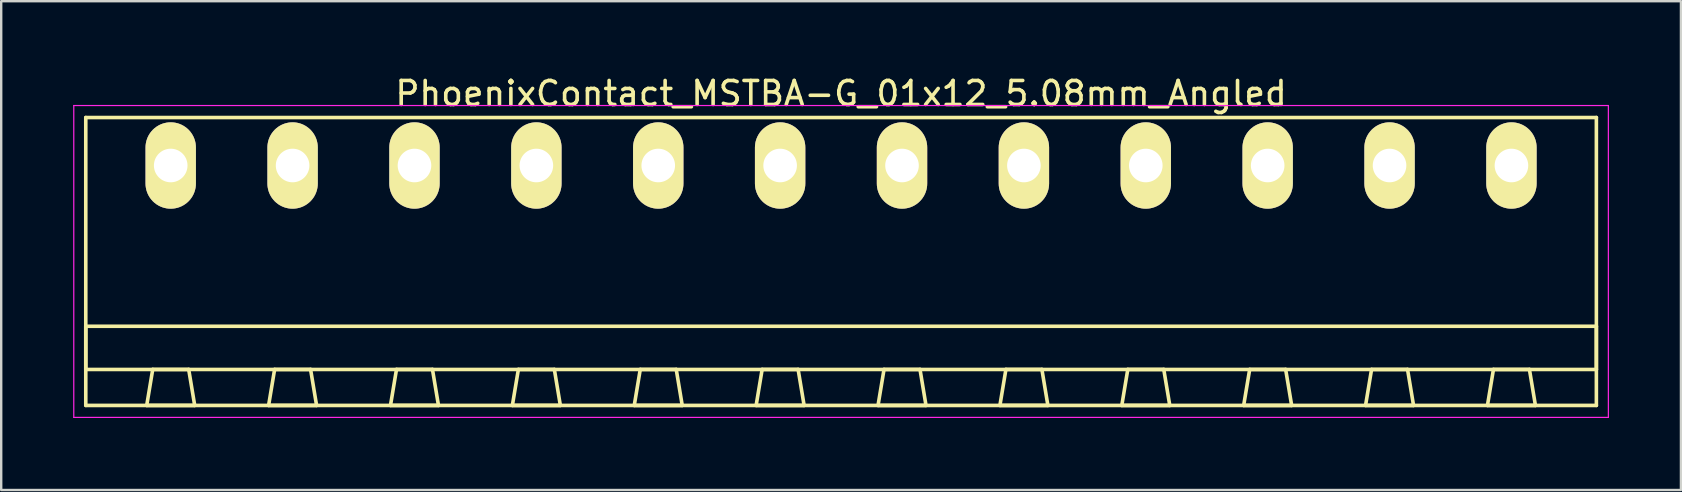
<source format=kicad_pcb>
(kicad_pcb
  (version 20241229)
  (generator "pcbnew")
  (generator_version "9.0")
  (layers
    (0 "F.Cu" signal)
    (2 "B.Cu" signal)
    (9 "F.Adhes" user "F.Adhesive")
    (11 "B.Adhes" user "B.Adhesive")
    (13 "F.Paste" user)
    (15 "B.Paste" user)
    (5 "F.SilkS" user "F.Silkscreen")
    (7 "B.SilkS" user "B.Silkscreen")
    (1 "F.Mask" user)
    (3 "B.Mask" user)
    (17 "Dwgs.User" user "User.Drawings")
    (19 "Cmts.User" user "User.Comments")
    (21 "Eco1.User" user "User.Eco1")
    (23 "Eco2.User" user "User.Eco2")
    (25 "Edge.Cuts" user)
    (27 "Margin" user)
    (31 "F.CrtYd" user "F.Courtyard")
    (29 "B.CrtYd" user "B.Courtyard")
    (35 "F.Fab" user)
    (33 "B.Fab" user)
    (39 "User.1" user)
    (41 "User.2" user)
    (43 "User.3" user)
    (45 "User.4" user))
  (footprint "PhoenixContact_MSTBA-G_01x12_5.08mm_Angled"
    (layer "F.Cu")
    (at 4.065 3.848)
    (property "Reference" "PhoenixContact_MSTBA-G_01x12_5.08mm_Angled" (at 27.94 -3 0) (layer "F.SilkS") (effects (font (size 1 1) (thickness 0.15))))
    (attr through_hole)
    (fp_line (start -3.54 -2) (end -3.54 10) (stroke (width 0.15) (type solid)) (layer "F.SilkS"))
    (fp_line (start -3.54 6.7) (end 59.42 6.7) (stroke (width 0.15) (type solid)) (layer "F.SilkS"))
    (fp_line (start -3.54 8.5) (end -3.54 6.7) (stroke (width 0.15) (type solid)) (layer "F.SilkS"))
    (fp_line (start -3.54 10) (end 59.42 10) (stroke (width 0.15) (type solid)) (layer "F.SilkS"))
    (fp_line (start -1 10) (end 1 10) (stroke (width 0.15) (type solid)) (layer "F.SilkS"))
    (fp_line (start -0.75 8.5) (end -1 10) (stroke (width 0.15) (type solid)) (layer "F.SilkS"))
    (fp_line (start 0.75 8.5) (end -0.75 8.5) (stroke (width 0.15) (type solid)) (layer "F.SilkS"))
    (fp_line (start 1 10) (end 0.75 8.5) (stroke (width 0.15) (type solid)) (layer "F.SilkS"))
    (fp_line (start 4.08 10) (end 6.08 10) (stroke (width 0.15) (type solid)) (layer "F.SilkS"))
    (fp_line (start 4.33 8.5) (end 4.08 10) (stroke (width 0.15) (type solid)) (layer "F.SilkS"))
    (fp_line (start 5.83 8.5) (end 4.33 8.5) (stroke (width 0.15) (type solid)) (layer "F.SilkS"))
    (fp_line (start 6.08 10) (end 5.83 8.5) (stroke (width 0.15) (type solid)) (layer "F.SilkS"))
    (fp_line (start 9.16 10) (end 11.16 10) (stroke (width 0.15) (type solid)) (layer "F.SilkS"))
    (fp_line (start 9.41 8.5) (end 9.16 10) (stroke (width 0.15) (type solid)) (layer "F.SilkS"))
    (fp_line (start 10.91 8.5) (end 9.41 8.5) (stroke (width 0.15) (type solid)) (layer "F.SilkS"))
    (fp_line (start 11.16 10) (end 10.91 8.5) (stroke (width 0.15) (type solid)) (layer "F.SilkS"))
    (fp_line (start 14.24 10) (end 16.24 10) (stroke (width 0.15) (type solid)) (layer "F.SilkS"))
    (fp_line (start 14.49 8.5) (end 14.24 10) (stroke (width 0.15) (type solid)) (layer "F.SilkS"))
    (fp_line (start 15.99 8.5) (end 14.49 8.5) (stroke (width 0.15) (type solid)) (layer "F.SilkS"))
    (fp_line (start 16.24 10) (end 15.99 8.5) (stroke (width 0.15) (type solid)) (layer "F.SilkS"))
    (fp_line (start 19.32 10) (end 21.32 10) (stroke (width 0.15) (type solid)) (layer "F.SilkS"))
    (fp_line (start 19.57 8.5) (end 19.32 10) (stroke (width 0.15) (type solid)) (layer "F.SilkS"))
    (fp_line (start 21.07 8.5) (end 19.57 8.5) (stroke (width 0.15) (type solid)) (layer "F.SilkS"))
    (fp_line (start 21.32 10) (end 21.07 8.5) (stroke (width 0.15) (type solid)) (layer "F.SilkS"))
    (fp_line (start 24.4 10) (end 26.4 10) (stroke (width 0.15) (type solid)) (layer "F.SilkS"))
    (fp_line (start 24.65 8.5) (end 24.4 10) (stroke (width 0.15) (type solid)) (layer "F.SilkS"))
    (fp_line (start 26.15 8.5) (end 24.65 8.5) (stroke (width 0.15) (type solid)) (layer "F.SilkS"))
    (fp_line (start 26.4 10) (end 26.15 8.5) (stroke (width 0.15) (type solid)) (layer "F.SilkS"))
    (fp_line (start 29.48 10) (end 31.48 10) (stroke (width 0.15) (type solid)) (layer "F.SilkS"))
    (fp_line (start 29.73 8.5) (end 29.48 10) (stroke (width 0.15) (type solid)) (layer "F.SilkS"))
    (fp_line (start 31.23 8.5) (end 29.73 8.5) (stroke (width 0.15) (type solid)) (layer "F.SilkS"))
    (fp_line (start 31.48 10) (end 31.23 8.5) (stroke (width 0.15) (type solid)) (layer "F.SilkS"))
    (fp_line (start 34.56 10) (end 36.56 10) (stroke (width 0.15) (type solid)) (layer "F.SilkS"))
    (fp_line (start 34.81 8.5) (end 34.56 10) (stroke (width 0.15) (type solid)) (layer "F.SilkS"))
    (fp_line (start 36.31 8.5) (end 34.81 8.5) (stroke (width 0.15) (type solid)) (layer "F.SilkS"))
    (fp_line (start 36.56 10) (end 36.31 8.5) (stroke (width 0.15) (type solid)) (layer "F.SilkS"))
    (fp_line (start 39.64 10) (end 41.64 10) (stroke (width 0.15) (type solid)) (layer "F.SilkS"))
    (fp_line (start 39.89 8.5) (end 39.64 10) (stroke (width 0.15) (type solid)) (layer "F.SilkS"))
    (fp_line (start 41.39 8.5) (end 39.89 8.5) (stroke (width 0.15) (type solid)) (layer "F.SilkS"))
    (fp_line (start 41.64 10) (end 41.39 8.5) (stroke (width 0.15) (type solid)) (layer "F.SilkS"))
    (fp_line (start 44.72 10) (end 46.72 10) (stroke (width 0.15) (type solid)) (layer "F.SilkS"))
    (fp_line (start 44.97 8.5) (end 44.72 10) (stroke (width 0.15) (type solid)) (layer "F.SilkS"))
    (fp_line (start 46.47 8.5) (end 44.97 8.5) (stroke (width 0.15) (type solid)) (layer "F.SilkS"))
    (fp_line (start 46.72 10) (end 46.47 8.5) (stroke (width 0.15) (type solid)) (layer "F.SilkS"))
    (fp_line (start 49.8 10) (end 51.8 10) (stroke (width 0.15) (type solid)) (layer "F.SilkS"))
    (fp_line (start 50.05 8.5) (end 49.8 10) (stroke (width 0.15) (type solid)) (layer "F.SilkS"))
    (fp_line (start 51.55 8.5) (end 50.05 8.5) (stroke (width 0.15) (type solid)) (layer "F.SilkS"))
    (fp_line (start 51.8 10) (end 51.55 8.5) (stroke (width 0.15) (type solid)) (layer "F.SilkS"))
    (fp_line (start 54.88 10) (end 56.88 10) (stroke (width 0.15) (type solid)) (layer "F.SilkS"))
    (fp_line (start 55.13 8.5) (end 54.88 10) (stroke (width 0.15) (type solid)) (layer "F.SilkS"))
    (fp_line (start 56.63 8.5) (end 55.13 8.5) (stroke (width 0.15) (type solid)) (layer "F.SilkS"))
    (fp_line (start 56.88 10) (end 56.63 8.5) (stroke (width 0.15) (type solid)) (layer "F.SilkS"))
    (fp_line (start 59.42 -2) (end -3.54 -2) (stroke (width 0.15) (type solid)) (layer "F.SilkS"))
    (fp_line (start 59.42 6.7) (end 59.42 8.5) (stroke (width 0.15) (type solid)) (layer "F.SilkS"))
    (fp_line (start 59.42 8.5) (end -3.54 8.5) (stroke (width 0.15) (type solid)) (layer "F.SilkS"))
    (fp_line (start 59.42 10) (end 59.42 -2) (stroke (width 0.15) (type solid)) (layer "F.SilkS"))
    (fp_line (start -4.04 -2.5) (end -4.04 10.5) (stroke (width 0.05) (type solid)) (layer "F.CrtYd"))
    (fp_line (start -4.04 10.5) (end 59.92 10.5) (stroke (width 0.05) (type solid)) (layer "F.CrtYd"))
    (fp_line (start 59.92 -2.5) (end -4.04 -2.5) (stroke (width 0.05) (type solid)) (layer "F.CrtYd"))
    (fp_line (start 59.92 10.5) (end 59.92 -2.5) (stroke (width 0.05) (type solid)) (layer "F.CrtYd"))
    (pad "1" thru_hole oval (at 0 0) (size 2.1 3.6) (drill 1.4) (layers "*.Cu" "*.Mask" "F.SilkS"))
    (pad "2" thru_hole oval (at 5.08 0) (size 2.1 3.6) (drill 1.4) (layers "*.Cu" "*.Mask" "F.SilkS"))
    (pad "3" thru_hole oval (at 10.16 0) (size 2.1 3.6) (drill 1.4) (layers "*.Cu" "*.Mask" "F.SilkS"))
    (pad "4" thru_hole oval (at 15.24 0) (size 2.1 3.6) (drill 1.4) (layers "*.Cu" "*.Mask" "F.SilkS"))
    (pad "5" thru_hole oval (at 20.32 0) (size 2.1 3.6) (drill 1.4) (layers "*.Cu" "*.Mask" "F.SilkS"))
    (pad "6" thru_hole oval (at 25.4 0) (size 2.1 3.6) (drill 1.4) (layers "*.Cu" "*.Mask" "F.SilkS"))
    (pad "7" thru_hole oval (at 30.48 0) (size 2.1 3.6) (drill 1.4) (layers "*.Cu" "*.Mask" "F.SilkS"))
    (pad "8" thru_hole oval (at 35.56 0) (size 2.1 3.6) (drill 1.4) (layers "*.Cu" "*.Mask" "F.SilkS"))
    (pad "9" thru_hole oval (at 40.64 0) (size 2.1 3.6) (drill 1.4) (layers "*.Cu" "*.Mask" "F.SilkS"))
    (pad "10" thru_hole oval (at 45.72 0) (size 2.1 3.6) (drill 1.4) (layers "*.Cu" "*.Mask" "F.SilkS"))
    (pad "11" thru_hole oval (at 50.8 0) (size 2.1 3.6) (drill 1.4) (layers "*.Cu" "*.Mask" "F.SilkS"))
    (pad "12" thru_hole oval (at 55.88 0) (size 2.1 3.6) (drill 1.4) (layers "*.Cu" "*.Mask" "F.SilkS")))
  (gr_rect
    (start -3 -3)
    (end 67.01 17.373)
    (stroke (width 0.1) (type default))
    (fill no)
    (layer "Edge.Cuts")))
</source>
